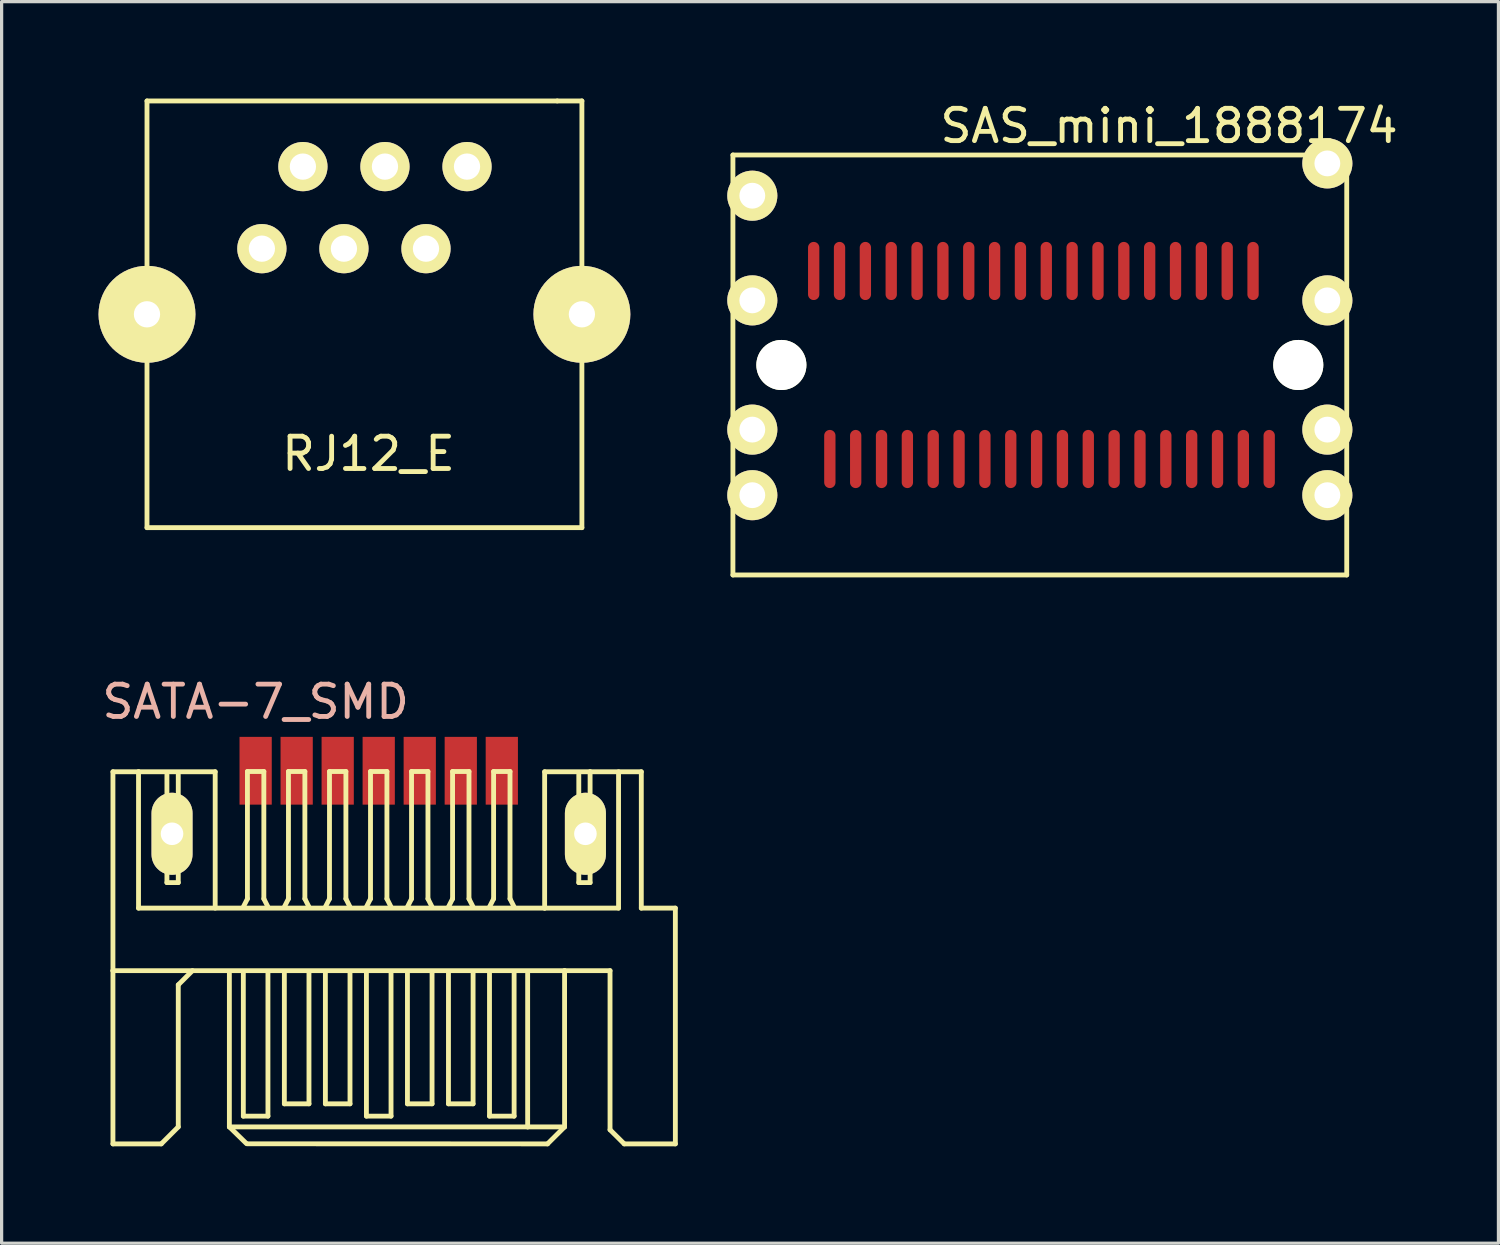
<source format=kicad_pcb>
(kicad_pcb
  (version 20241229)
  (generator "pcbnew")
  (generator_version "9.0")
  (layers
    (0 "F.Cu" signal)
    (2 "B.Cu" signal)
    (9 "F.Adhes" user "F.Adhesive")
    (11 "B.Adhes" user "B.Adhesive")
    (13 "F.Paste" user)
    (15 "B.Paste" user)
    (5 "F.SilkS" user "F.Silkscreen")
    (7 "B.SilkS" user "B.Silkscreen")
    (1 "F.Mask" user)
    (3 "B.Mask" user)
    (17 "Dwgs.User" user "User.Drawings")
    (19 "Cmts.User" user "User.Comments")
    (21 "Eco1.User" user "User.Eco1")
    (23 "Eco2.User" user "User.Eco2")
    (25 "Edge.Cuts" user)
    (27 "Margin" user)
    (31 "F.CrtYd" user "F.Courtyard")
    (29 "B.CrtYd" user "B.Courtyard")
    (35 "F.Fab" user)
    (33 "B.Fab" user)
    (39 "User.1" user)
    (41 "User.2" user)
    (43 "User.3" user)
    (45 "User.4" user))
  (footprint "SATA-7_SMD"
    (layer "F.Cu")
    (at 8.673 32.007)
    (property "Reference" "SATA-7_SMD" (at -3.81 -13.335 0) (layer "B.SilkS") (effects (font (size 1 1) (thickness 0.15))))
    (attr smd)
    (fp_line (start -8.227 -11.168) (end -7.435 -11.168) (stroke (width 0.15) (type solid)) (layer "F.SilkS"))
    (fp_line (start -8.227 -5.011) (end -8.227 -11.168) (stroke (width 0.15) (type solid)) (layer "F.SilkS"))
    (fp_line (start -8.227 -5.011) (end 5.753 -5.011) (stroke (width 0.15) (type solid)) (layer "F.SilkS"))
    (fp_line (start -8.227 0.351) (end -8.227 -5.011) (stroke (width 0.15) (type solid)) (layer "F.SilkS"))
    (fp_line (start -7.435 -11.168) (end -7.435 -6.947) (stroke (width 0.15) (type solid)) (layer "F.SilkS"))
    (fp_line (start -7.435 -11.168) (end -5.062 -11.168) (stroke (width 0.15) (type solid)) (layer "F.SilkS"))
    (fp_line (start -7.435 -6.947) (end 5.136 -6.947) (stroke (width 0.15) (type solid)) (layer "F.SilkS"))
    (fp_line (start -6.749 -8.499) (end -6.749 -10) (stroke (width 0.15) (type solid)) (layer "F.SilkS"))
    (fp_line (start -6.731 0.351) (end -8.227 0.351) (stroke (width 0.15) (type solid)) (layer "F.SilkS"))
    (fp_line (start -6.556 -11.079) (end -6.556 -7.737) (stroke (width 0.15) (type solid)) (layer "F.SilkS"))
    (fp_line (start -6.556 -7.737) (end -6.205 -7.737) (stroke (width 0.15) (type solid)) (layer "F.SilkS"))
    (fp_line (start -6.205 -7.737) (end -6.205 -11.079) (stroke (width 0.15) (type solid)) (layer "F.SilkS"))
    (fp_line (start -6.205 -4.572) (end -5.766 -5.011) (stroke (width 0.15) (type solid)) (layer "F.SilkS"))
    (fp_line (start -6.205 -0.175) (end -6.731 0.351) (stroke (width 0.15) (type solid)) (layer "F.SilkS"))
    (fp_line (start -6.205 -0.175) (end -6.205 -4.572) (stroke (width 0.15) (type solid)) (layer "F.SilkS"))
    (fp_line (start -6.048 -10) (end -6.048 -8.499) (stroke (width 0.15) (type solid)) (layer "F.SilkS"))
    (fp_line (start -5.062 -11.168) (end -5.062 -6.947) (stroke (width 0.15) (type solid)) (layer "F.SilkS"))
    (fp_line (start -4.623 -0.175) (end -4.623 -4.923) (stroke (width 0.15) (type solid)) (layer "F.SilkS"))
    (fp_line (start -4.191 -6.985) (end -4.064 -7.236) (stroke (width 0.15) (type solid)) (layer "F.SilkS"))
    (fp_line (start -4.191 -0.508) (end -4.191 -4.953) (stroke (width 0.15) (type solid)) (layer "F.SilkS"))
    (fp_line (start -4.097 0.338) (end -4.623 -0.175) (stroke (width 0.15) (type solid)) (layer "F.SilkS"))
    (fp_line (start -4.064 -11.176) (end -3.556 -11.176) (stroke (width 0.15) (type solid)) (layer "F.SilkS"))
    (fp_line (start -4.064 -7.236) (end -4.064 -11.176) (stroke (width 0.15) (type solid)) (layer "F.SilkS"))
    (fp_line (start -3.556 -11.176) (end -3.556 -7.236) (stroke (width 0.15) (type solid)) (layer "F.SilkS"))
    (fp_line (start -3.556 -7.236) (end -3.429 -6.985) (stroke (width 0.15) (type solid)) (layer "F.SilkS"))
    (fp_line (start -3.429 -4.953) (end -3.429 -0.508) (stroke (width 0.15) (type solid)) (layer "F.SilkS"))
    (fp_line (start -3.429 -0.508) (end -4.191 -0.508) (stroke (width 0.15) (type solid)) (layer "F.SilkS"))
    (fp_line (start -2.921 -6.985) (end -2.794 -7.236) (stroke (width 0.15) (type solid)) (layer "F.SilkS"))
    (fp_line (start -2.921 -4.953) (end -2.921 -0.889) (stroke (width 0.15) (type solid)) (layer "F.SilkS"))
    (fp_line (start -2.921 -0.889) (end -2.159 -0.889) (stroke (width 0.15) (type solid)) (layer "F.SilkS"))
    (fp_line (start -2.794 -11.176) (end -2.286 -11.176) (stroke (width 0.15) (type solid)) (layer "F.SilkS"))
    (fp_line (start -2.794 -7.236) (end -2.794 -11.176) (stroke (width 0.15) (type solid)) (layer "F.SilkS"))
    (fp_line (start -2.286 -11.176) (end -2.286 -7.236) (stroke (width 0.15) (type solid)) (layer "F.SilkS"))
    (fp_line (start -2.286 -7.236) (end -2.159 -6.985) (stroke (width 0.15) (type solid)) (layer "F.SilkS"))
    (fp_line (start -2.159 -0.889) (end -2.159 -4.953) (stroke (width 0.15) (type solid)) (layer "F.SilkS"))
    (fp_line (start -1.651 -6.985) (end -1.524 -7.236) (stroke (width 0.15) (type solid)) (layer "F.SilkS"))
    (fp_line (start -1.651 -4.953) (end -1.651 -0.889) (stroke (width 0.15) (type solid)) (layer "F.SilkS"))
    (fp_line (start -1.651 -0.889) (end -0.889 -0.889) (stroke (width 0.15) (type solid)) (layer "F.SilkS"))
    (fp_line (start -1.524 -11.176) (end -1.016 -11.176) (stroke (width 0.15) (type solid)) (layer "F.SilkS"))
    (fp_line (start -1.524 -7.236) (end -1.524 -11.176) (stroke (width 0.15) (type solid)) (layer "F.SilkS"))
    (fp_line (start -1.016 -11.176) (end -1.016 -7.236) (stroke (width 0.15) (type solid)) (layer "F.SilkS"))
    (fp_line (start -1.016 -7.236) (end -0.889 -6.985) (stroke (width 0.15) (type solid)) (layer "F.SilkS"))
    (fp_line (start -0.889 -0.889) (end -0.889 -4.953) (stroke (width 0.15) (type solid)) (layer "F.SilkS"))
    (fp_line (start -0.381 -6.985) (end -0.254 -7.236) (stroke (width 0.15) (type solid)) (layer "F.SilkS"))
    (fp_line (start -0.381 -4.953) (end -0.381 -0.508) (stroke (width 0.15) (type solid)) (layer "F.SilkS"))
    (fp_line (start -0.381 -0.508) (end 0.381 -0.508) (stroke (width 0.15) (type solid)) (layer "F.SilkS"))
    (fp_line (start -0.254 -11.176) (end 0.254 -11.176) (stroke (width 0.15) (type solid)) (layer "F.SilkS"))
    (fp_line (start -0.254 -7.236) (end -0.254 -11.176) (stroke (width 0.15) (type solid)) (layer "F.SilkS"))
    (fp_line (start 0.254 -11.176) (end 0.254 -7.236) (stroke (width 0.15) (type solid)) (layer "F.SilkS"))
    (fp_line (start 0.254 -7.236) (end 0.381 -6.985) (stroke (width 0.15) (type solid)) (layer "F.SilkS"))
    (fp_line (start 0.381 -0.508) (end 0.381 -4.953) (stroke (width 0.15) (type solid)) (layer "F.SilkS"))
    (fp_line (start 0.889 -6.985) (end 1.016 -7.236) (stroke (width 0.15) (type solid)) (layer "F.SilkS"))
    (fp_line (start 0.889 -4.953) (end 0.889 -0.889) (stroke (width 0.15) (type solid)) (layer "F.SilkS"))
    (fp_line (start 0.889 -0.889) (end 1.651 -0.889) (stroke (width 0.15) (type solid)) (layer "F.SilkS"))
    (fp_line (start 1.016 -11.176) (end 1.524 -11.176) (stroke (width 0.15) (type solid)) (layer "F.SilkS"))
    (fp_line (start 1.016 -7.236) (end 1.016 -11.176) (stroke (width 0.15) (type solid)) (layer "F.SilkS"))
    (fp_line (start 1.524 -11.176) (end 1.524 -7.236) (stroke (width 0.15) (type solid)) (layer "F.SilkS"))
    (fp_line (start 1.524 -7.236) (end 1.651 -6.985) (stroke (width 0.15) (type solid)) (layer "F.SilkS"))
    (fp_line (start 1.651 -0.889) (end 1.651 -4.953) (stroke (width 0.15) (type solid)) (layer "F.SilkS"))
    (fp_line (start 2.159 -6.985) (end 2.286 -7.236) (stroke (width 0.15) (type solid)) (layer "F.SilkS"))
    (fp_line (start 2.159 -4.953) (end 2.159 -0.889) (stroke (width 0.15) (type solid)) (layer "F.SilkS"))
    (fp_line (start 2.159 -0.889) (end 2.921 -0.889) (stroke (width 0.15) (type solid)) (layer "F.SilkS"))
    (fp_line (start 2.286 -11.176) (end 2.794 -11.176) (stroke (width 0.15) (type solid)) (layer "F.SilkS"))
    (fp_line (start 2.286 -7.236) (end 2.286 -11.176) (stroke (width 0.15) (type solid)) (layer "F.SilkS"))
    (fp_line (start 2.794 -11.176) (end 2.794 -7.236) (stroke (width 0.15) (type solid)) (layer "F.SilkS"))
    (fp_line (start 2.794 -7.236) (end 2.921 -6.985) (stroke (width 0.15) (type solid)) (layer "F.SilkS"))
    (fp_line (start 2.921 -0.889) (end 2.921 -4.953) (stroke (width 0.15) (type solid)) (layer "F.SilkS"))
    (fp_line (start 3.429 -6.985) (end 3.556 -7.236) (stroke (width 0.15) (type solid)) (layer "F.SilkS"))
    (fp_line (start 3.429 -4.953) (end 3.429 -0.508) (stroke (width 0.15) (type solid)) (layer "F.SilkS"))
    (fp_line (start 3.429 -0.508) (end 4.191 -0.508) (stroke (width 0.15) (type solid)) (layer "F.SilkS"))
    (fp_line (start 3.556 -11.176) (end 4.064 -11.176) (stroke (width 0.15) (type solid)) (layer "F.SilkS"))
    (fp_line (start 3.556 -7.236) (end 3.556 -11.176) (stroke (width 0.15) (type solid)) (layer "F.SilkS"))
    (fp_line (start 4.064 -11.176) (end 4.064 -7.236) (stroke (width 0.15) (type solid)) (layer "F.SilkS"))
    (fp_line (start 4.064 -7.236) (end 4.191 -6.985) (stroke (width 0.15) (type solid)) (layer "F.SilkS"))
    (fp_line (start 4.191 -0.508) (end 4.191 -4.953) (stroke (width 0.15) (type solid)) (layer "F.SilkS"))
    (fp_line (start 4.61 -0.175) (end -4.623 -0.175) (stroke (width 0.15) (type solid)) (layer "F.SilkS"))
    (fp_line (start 4.61 -0.175) (end 4.61 -4.923) (stroke (width 0.15) (type solid)) (layer "F.SilkS"))
    (fp_line (start 5.136 -11.168) (end 6.543 -11.168) (stroke (width 0.15) (type solid)) (layer "F.SilkS"))
    (fp_line (start 5.136 -6.947) (end 5.136 -11.168) (stroke (width 0.15) (type solid)) (layer "F.SilkS"))
    (fp_line (start 5.136 -6.947) (end 7.424 -6.947) (stroke (width 0.15) (type solid)) (layer "F.SilkS"))
    (fp_line (start 5.225 0.351) (end -4.074 0.348) (stroke (width 0.15) (type solid)) (layer "F.SilkS"))
    (fp_line (start 5.664 -0.175) (end 4.61 -0.175) (stroke (width 0.15) (type solid)) (layer "F.SilkS"))
    (fp_line (start 5.753 -5.011) (end 5.753 -0.175) (stroke (width 0.15) (type solid)) (layer "F.SilkS"))
    (fp_line (start 5.753 -0.175) (end 5.225 0.351) (stroke (width 0.15) (type solid)) (layer "F.SilkS"))
    (fp_line (start 5.753 -0.175) (end 5.753 -0.175) (stroke (width 0.15) (type solid)) (layer "F.SilkS"))
    (fp_line (start 6.048 -8.499) (end 6.048 -10) (stroke (width 0.15) (type solid)) (layer "F.SilkS"))
    (fp_line (start 6.193 -11.079) (end 6.193 -7.737) (stroke (width 0.15) (type solid)) (layer "F.SilkS"))
    (fp_line (start 6.193 -7.737) (end 6.543 -7.737) (stroke (width 0.15) (type solid)) (layer "F.SilkS"))
    (fp_line (start 6.543 -11.168) (end 8.128 -11.168) (stroke (width 0.15) (type solid)) (layer "F.SilkS"))
    (fp_line (start 6.543 -7.737) (end 6.543 -11.168) (stroke (width 0.15) (type solid)) (layer "F.SilkS"))
    (fp_line (start 6.749 -10) (end 6.749 -8.499) (stroke (width 0.15) (type solid)) (layer "F.SilkS"))
    (fp_line (start 7.16 -5.011) (end 5.753 -5.011) (stroke (width 0.15) (type solid)) (layer "F.SilkS"))
    (fp_line (start 7.16 -0.086) (end 7.16 -5.011) (stroke (width 0.15) (type solid)) (layer "F.SilkS"))
    (fp_line (start 7.424 -6.947) (end 7.424 -11.168) (stroke (width 0.15) (type solid)) (layer "F.SilkS"))
    (fp_line (start 7.6 0.351) (end 7.16 -0.086) (stroke (width 0.15) (type solid)) (layer "F.SilkS"))
    (fp_line (start 8.128 -11.168) (end 8.128 -6.947) (stroke (width 0.15) (type solid)) (layer "F.SilkS"))
    (fp_line (start 8.128 -6.947) (end 9.182 -6.947) (stroke (width 0.15) (type solid)) (layer "F.SilkS"))
    (fp_line (start 9.182 -6.947) (end 9.182 0.351) (stroke (width 0.15) (type solid)) (layer "F.SilkS"))
    (fp_line (start 9.182 0.351) (end 7.6 0.351) (stroke (width 0.15) (type solid)) (layer "F.SilkS"))
    (fp_arc (start -6.74878 -9.99998) (mid -6.646115 -10.247835) (end -6.39826 -10.3505) (stroke (width 0.15) (type solid)) (layer "F.SilkS"))
    (fp_arc (start -6.39826 -10.34796) (mid -6.152201 -10.246039) (end -6.05028 -9.99998) (stroke (width 0.15) (type solid)) (layer "F.SilkS"))
    (fp_arc (start -6.39826 -8.14832) (mid -6.646115 -8.250985) (end -6.74878 -8.49884) (stroke (width 0.15) (type solid)) (layer "F.SilkS"))
    (fp_arc (start -6.04774 -8.49884) (mid -6.150405 -8.250985) (end -6.39826 -8.14832) (stroke (width 0.15) (type solid)) (layer "F.SilkS"))
    (fp_arc (start 6.04774 -9.99998) (mid 6.150405 -10.247835) (end 6.39826 -10.3505) (stroke (width 0.15) (type solid)) (layer "F.SilkS"))
    (fp_arc (start 6.39826 -10.34796) (mid 6.644319 -10.246039) (end 6.74624 -9.99998) (stroke (width 0.15) (type solid)) (layer "F.SilkS"))
    (fp_arc (start 6.39826 -8.14832) (mid 6.150405 -8.250985) (end 6.04774 -8.49884) (stroke (width 0.15) (type solid)) (layer "F.SilkS"))
    (fp_arc (start 6.74878 -8.49884) (mid 6.646115 -8.250985) (end 6.39826 -8.14832) (stroke (width 0.15) (type solid)) (layer "F.SilkS"))
    (pad "1" smd rect (at -3.81 -11.199) (size 0.998 2.098) (layers "F.Cu" "F.Mask" "F.Paste"))
    (pad "2" smd rect (at -2.54 -11.199) (size 0.998 2.098) (layers "F.Cu" "F.Mask" "F.Paste"))
    (pad "3" smd rect (at -1.27 -11.199) (size 0.998 2.098) (layers "F.Cu" "F.Mask" "F.Paste"))
    (pad "4" smd rect (at 0 -11.199) (size 0.998 2.098) (layers "F.Cu" "F.Mask" "F.Paste"))
    (pad "5" smd rect (at 1.27 -11.199) (size 0.998 2.098) (layers "F.Cu" "F.Mask" "F.Paste"))
    (pad "6" smd rect (at 2.54 -11.199) (size 0.998 2.098) (layers "F.Cu" "F.Mask" "F.Paste"))
    (pad "7" smd rect (at 3.81 -11.199) (size 0.998 2.098) (layers "F.Cu" "F.Mask" "F.Paste"))
    (pad "M1" thru_hole oval (at -6.398 -9.248) (size 1.27 2.54) (drill 0.699) (layers "*.Cu" "F.Mask" "F.SilkS" "F.Paste"))
    (pad "M2" thru_hole oval (at 6.398 -9.248) (size 1.27 2.54) (drill 0.699) (layers "*.Cu" "F.Mask" "F.SilkS" "F.Paste")))
  (footprint "RJ12_E"
    (layer "F.Cu")
    (at 8.358 10.997)
    (property "Reference" "RJ12_E" (at 0 0 0) (layer "F.SilkS") (effects (font (size 1 1) (thickness 0.15))))
    (attr through_hole)
    (fp_line (start -6.858 -10.922) (end -6.858 2.286) (stroke (width 0.15) (type solid)) (layer "F.SilkS"))
    (fp_line (start -6.858 -10.922) (end 5.842 -10.922) (stroke (width 0.15) (type solid)) (layer "F.SilkS"))
    (fp_line (start -6.858 2.286) (end 6.604 2.286) (stroke (width 0.15) (type solid)) (layer "F.SilkS"))
    (fp_line (start 5.842 -10.922) (end 6.604 -10.922) (stroke (width 0.15) (type solid)) (layer "F.SilkS"))
    (fp_line (start 6.604 -10.922) (end 6.604 2.286) (stroke (width 0.15) (type solid)) (layer "F.SilkS"))
    (pad "1" thru_hole circle (at -3.302 -6.35) (size 1.524 1.524) (drill 0.813) (layers "*.Cu" "*.Mask" "F.SilkS"))
    (pad "2" thru_hole circle (at -2.032 -8.89) (size 1.524 1.524) (drill 0.813) (layers "*.Cu" "*.Mask" "F.SilkS"))
    (pad "3" thru_hole circle (at -0.762 -6.35) (size 1.524 1.524) (drill 0.813) (layers "*.Cu" "*.Mask" "F.SilkS"))
    (pad "4" thru_hole circle (at 0.508 -8.89) (size 1.524 1.524) (drill 0.813) (layers "*.Cu" "*.Mask" "F.SilkS"))
    (pad "5" thru_hole circle (at 1.778 -6.35) (size 1.524 1.524) (drill 0.813) (layers "*.Cu" "*.Mask" "F.SilkS"))
    (pad "6" thru_hole circle (at 3.048 -8.89) (size 1.524 1.524) (drill 0.813) (layers "*.Cu" "*.Mask" "F.SilkS"))
    (pad "7" thru_hole circle (at -6.858 -4.318) (size 3 3) (drill 0.813) (layers "*.Cu" "*.Mask" "F.SilkS"))
    (pad "8" thru_hole circle (at 6.604 -4.318) (size 3 3) (drill 0.813) (layers "*.Cu" "*.Mask" "F.SilkS")))
  (footprint "SAS_mini_1888174"
    (layer "F.Cu")
    (at 29.137 8.248)
    (property "Reference" "SAS_mini_1888174" (at 4 -7.4 0) (layer "F.SilkS") (effects (font (size 1 1) (thickness 0.15))))
    (attr through_hole)
    (fp_line (start -9.5 -6.5) (end -9.5 6.5) (stroke (width 0.15) (type solid)) (layer "F.SilkS"))
    (fp_line (start -9.5 6.5) (end 9.5 6.5) (stroke (width 0.15) (type solid)) (layer "F.SilkS"))
    (fp_line (start 9.5 -6.5) (end -9.5 -6.5) (stroke (width 0.15) (type solid)) (layer "F.SilkS"))
    (fp_line (start 9.5 6.5) (end 9.5 -6.5) (stroke (width 0.15) (type solid)) (layer "F.SilkS"))
    (pad "" np_thru_hole circle (at -8 0) (size 1.55 1.55) (drill 1.55) (layers "*.Mask" "B.Cu" "F.SilkS"))
    (pad "" np_thru_hole circle (at 8 0) (size 1.55 1.55) (drill 1.55) (layers "*.Mask" "B.Cu" "F.SilkS"))
    (pad "1" thru_hole circle (at -8.9 -5.24) (size 1.55 1.55) (drill 0.8) (layers "*.Cu" "*.Mask" "F.SilkS"))
    (pad "2" thru_hole circle (at -8.9 -2) (size 1.55 1.55) (drill 0.8) (layers "*.Cu" "*.Mask" "F.SilkS"))
    (pad "3" thru_hole circle (at -8.9 2) (size 1.55 1.55) (drill 0.8) (layers "*.Cu" "*.Mask" "F.SilkS"))
    (pad "4" thru_hole circle (at -8.9 4.03) (size 1.55 1.55) (drill 0.8) (layers "*.Cu" "*.Mask" "F.SilkS"))
    (pad "5" thru_hole circle (at 8.9 -6.24) (size 1.55 1.55) (drill 0.8) (layers "*.Cu" "*.Mask" "F.SilkS"))
    (pad "6" thru_hole circle (at 8.9 -2) (size 1.55 1.55) (drill 0.8) (layers "*.Cu" "*.Mask" "F.SilkS"))
    (pad "7" thru_hole circle (at 8.9 2) (size 1.55 1.55) (drill 0.8) (layers "*.Cu" "*.Mask" "F.SilkS"))
    (pad "8" thru_hole circle (at 8.9 4.03) (size 1.55 1.55) (drill 0.8) (layers "*.Cu" "*.Mask" "F.SilkS"))
    (pad "A1" smd oval (at -6.5 2.91) (size 0.35 1.8) (layers "F.Cu" "F.Mask" "F.Paste"))
    (pad "A2" smd oval (at -5.7 2.91) (size 0.35 1.8) (layers "F.Cu" "F.Mask" "F.Paste"))
    (pad "A3" smd oval (at -4.9 2.91) (size 0.35 1.8) (layers "F.Cu" "F.Mask" "F.Paste"))
    (pad "A4" smd oval (at -4.1 2.91) (size 0.35 1.8) (layers "F.Cu" "F.Mask" "F.Paste"))
    (pad "A5" smd oval (at -3.3 2.91) (size 0.35 1.8) (layers "F.Cu" "F.Mask" "F.Paste"))
    (pad "A6" smd oval (at -2.5 2.91) (size 0.35 1.8) (layers "F.Cu" "F.Mask" "F.Paste"))
    (pad "A7" smd oval (at -1.7 2.91) (size 0.35 1.8) (layers "F.Cu" "F.Mask" "F.Paste"))
    (pad "A8" smd oval (at -0.9 2.91) (size 0.35 1.8) (layers "F.Cu" "F.Mask" "F.Paste"))
    (pad "A9" smd oval (at -0.1 2.91) (size 0.35 1.8) (layers "F.Cu" "F.Mask" "F.Paste"))
    (pad "A10" smd oval (at 0.7 2.91) (size 0.35 1.8) (layers "F.Cu" "F.Mask" "F.Paste"))
    (pad "A11" smd oval (at 1.5 2.91) (size 0.35 1.8) (layers "F.Cu" "F.Mask" "F.Paste"))
    (pad "A12" smd oval (at 2.3 2.91) (size 0.35 1.8) (layers "F.Cu" "F.Mask" "F.Paste"))
    (pad "A13" smd oval (at 3.1 2.91) (size 0.35 1.8) (layers "F.Cu" "F.Mask" "F.Paste"))
    (pad "A14" smd oval (at 3.9 2.91) (size 0.35 1.8) (layers "F.Cu" "F.Mask" "F.Paste"))
    (pad "A15" smd oval (at 4.7 2.91) (size 0.35 1.8) (layers "F.Cu" "F.Mask" "F.Paste"))
    (pad "A16" smd oval (at 5.5 2.91) (size 0.35 1.8) (layers "F.Cu" "F.Mask" "F.Paste"))
    (pad "A17" smd oval (at 6.3 2.91) (size 0.35 1.8) (layers "F.Cu" "F.Mask" "F.Paste"))
    (pad "A18" smd oval (at 7.1 2.91) (size 0.35 1.8) (layers "F.Cu" "F.Mask" "F.Paste"))
    (pad "B1" smd oval (at -7 -2.91) (size 0.35 1.8) (layers "F.Cu" "F.Mask" "F.Paste"))
    (pad "B2" smd oval (at -6.2 -2.91) (size 0.35 1.8) (layers "F.Cu" "F.Mask" "F.Paste"))
    (pad "B3" smd oval (at -5.4 -2.91) (size 0.35 1.8) (layers "F.Cu" "F.Mask" "F.Paste"))
    (pad "B4" smd oval (at -4.6 -2.91) (size 0.35 1.8) (layers "F.Cu" "F.Mask" "F.Paste"))
    (pad "B5" smd oval (at -3.8 -2.91) (size 0.35 1.8) (layers "F.Cu" "F.Mask" "F.Paste"))
    (pad "B6" smd oval (at -3 -2.91) (size 0.35 1.8) (layers "F.Cu" "F.Mask" "F.Paste"))
    (pad "B7" smd oval (at -2.2 -2.91) (size 0.35 1.8) (layers "F.Cu" "F.Mask" "F.Paste"))
    (pad "B8" smd oval (at -1.4 -2.91) (size 0.35 1.8) (layers "F.Cu" "F.Mask" "F.Paste"))
    (pad "B9" smd oval (at -0.6 -2.91) (size 0.35 1.8) (layers "F.Cu" "F.Mask" "F.Paste"))
    (pad "B10" smd oval (at 0.2 -2.91) (size 0.35 1.8) (layers "F.Cu" "F.Mask" "F.Paste"))
    (pad "B11" smd oval (at 1 -2.91) (size 0.35 1.8) (layers "F.Cu" "F.Mask" "F.Paste"))
    (pad "B12" smd oval (at 1.8 -2.91) (size 0.35 1.8) (layers "F.Cu" "F.Mask" "F.Paste"))
    (pad "B13" smd oval (at 2.6 -2.91) (size 0.35 1.8) (layers "F.Cu" "F.Mask" "F.Paste"))
    (pad "B14" smd oval (at 3.4 -2.91) (size 0.35 1.8) (layers "F.Cu" "F.Mask" "F.Paste"))
    (pad "B15" smd oval (at 4.2 -2.91) (size 0.35 1.8) (layers "F.Cu" "F.Mask" "F.Paste"))
    (pad "B16" smd oval (at 5 -2.91) (size 0.35 1.8) (layers "F.Cu" "F.Mask" "F.Paste"))
    (pad "B17" smd oval (at 5.8 -2.91) (size 0.35 1.8) (layers "F.Cu" "F.Mask" "F.Paste"))
    (pad "B18" smd oval (at 6.6 -2.91) (size 0.35 1.8) (layers "F.Cu" "F.Mask" "F.Paste")))
  (gr_rect
    (start -3 -3)
    (end 43.333 35.432)
    (stroke (width 0.1) (type default))
    (fill no)
    (layer "Edge.Cuts")))
</source>
